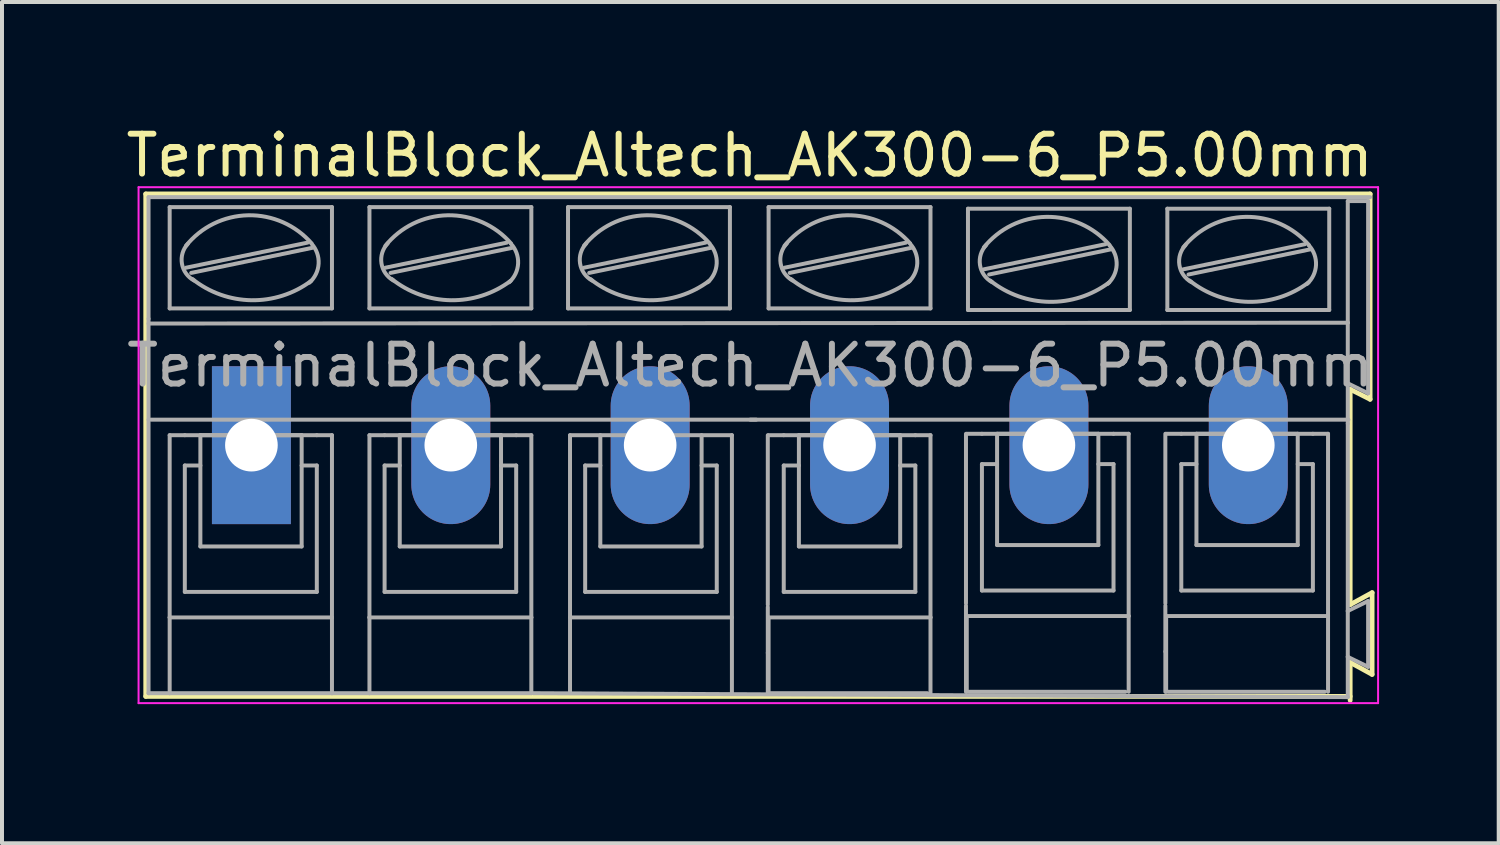
<source format=kicad_pcb>
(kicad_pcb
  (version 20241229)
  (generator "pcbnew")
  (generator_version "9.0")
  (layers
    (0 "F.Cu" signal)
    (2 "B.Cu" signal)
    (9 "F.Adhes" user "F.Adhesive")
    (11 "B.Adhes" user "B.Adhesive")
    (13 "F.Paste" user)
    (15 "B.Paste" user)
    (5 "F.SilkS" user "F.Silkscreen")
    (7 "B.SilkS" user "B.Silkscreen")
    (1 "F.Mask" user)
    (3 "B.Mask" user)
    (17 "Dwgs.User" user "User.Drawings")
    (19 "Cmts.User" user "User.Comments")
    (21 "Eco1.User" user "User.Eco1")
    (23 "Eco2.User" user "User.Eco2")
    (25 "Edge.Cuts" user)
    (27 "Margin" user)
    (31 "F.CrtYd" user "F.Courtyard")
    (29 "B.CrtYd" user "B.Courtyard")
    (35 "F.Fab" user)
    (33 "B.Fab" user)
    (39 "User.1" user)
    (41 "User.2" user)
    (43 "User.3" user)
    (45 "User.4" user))
  (footprint "TerminalBlock_Altech_AK300-6_P5.00mm"
    (layer "F.Cu")
    (at 0.25 14.848)
    (property "Reference" "TerminalBlock_Altech_AK300-6_P5.00mm" (at 15.5 -14 180) (layer "F.SilkS") (effects (font (size 1 1) (thickness 0.15))))
    (attr through_hole)
    (fp_line (start 0.355 -13.034) (end 31.06 -13.034) (stroke (width 0.12) (type solid)) (layer "F.SilkS"))
    (fp_line (start 0.355 -0.434) (end 0.355 -13.034) (stroke (width 0.12) (type solid)) (layer "F.SilkS"))
    (fp_line (start 30.56 -8.135) (end 30.56 -2.735) (stroke (width 0.12) (type solid)) (layer "F.SilkS"))
    (fp_line (start 30.56 -2.735) (end 31.11 -3.035) (stroke (width 0.12) (type solid)) (layer "F.SilkS"))
    (fp_line (start 30.56 -1.285) (end 30.56 -0.335) (stroke (width 0.12) (type solid)) (layer "F.SilkS"))
    (fp_line (start 30.56 -0.434) (end 0.355 -0.434) (stroke (width 0.12) (type solid)) (layer "F.SilkS"))
    (fp_line (start 31.06 -13.034) (end 31.06 -7.885) (stroke (width 0.12) (type solid)) (layer "F.SilkS"))
    (fp_line (start 31.06 -7.885) (end 30.56 -8.135) (stroke (width 0.12) (type solid)) (layer "F.SilkS"))
    (fp_line (start 31.11 -3.035) (end 31.11 -0.985) (stroke (width 0.12) (type solid)) (layer "F.SilkS"))
    (fp_line (start 31.11 -0.985) (end 30.56 -1.285) (stroke (width 0.12) (type solid)) (layer "F.SilkS"))
    (fp_line (start 0.175 -13.204) (end 0.175 -0.264) (stroke (width 0.05) (type solid)) (layer "F.CrtYd"))
    (fp_line (start 0.175 -13.204) (end 31.26 -13.204) (stroke (width 0.05) (type solid)) (layer "F.CrtYd"))
    (fp_line (start 31.26 -0.264) (end 0.175 -0.264) (stroke (width 0.05) (type solid)) (layer "F.CrtYd"))
    (fp_line (start 31.26 -0.264) (end 31.26 -13.204) (stroke (width 0.05) (type solid)) (layer "F.CrtYd"))
    (fp_line (start 0.425 -9.904) (end 0.425 -12.954) (stroke (width 0.1) (type solid)) (layer "F.Fab"))
    (fp_line (start 0.425 -7.374) (end 0.425 -9.904) (stroke (width 0.1) (type solid)) (layer "F.Fab"))
    (fp_line (start 0.425 -0.514) (end 0.425 -7.374) (stroke (width 0.1) (type solid)) (layer "F.Fab"))
    (fp_line (start 0.425 -0.514) (end 0.955 -0.514) (stroke (width 0.1) (type solid)) (layer "F.Fab"))
    (fp_line (start 0.955 -10.164) (end 0.955 -12.704) (stroke (width 0.1) (type solid)) (layer "F.Fab"))
    (fp_line (start 0.955 -6.984) (end 0.955 -2.414) (stroke (width 0.1) (type solid)) (layer "F.Fab"))
    (fp_line (start 0.955 -6.984) (end 1.335 -6.984) (stroke (width 0.1) (type solid)) (layer "F.Fab"))
    (fp_line (start 0.955 -2.414) (end 0.955 -0.514) (stroke (width 0.1) (type solid)) (layer "F.Fab"))
    (fp_line (start 0.955 -0.514) (end 5.025 -0.514) (stroke (width 0.1) (type solid)) (layer "F.Fab"))
    (fp_line (start 1.335 -6.224) (end 1.725 -6.224) (stroke (width 0.1) (type solid)) (layer "F.Fab"))
    (fp_line (start 1.335 -3.054) (end 1.335 -6.224) (stroke (width 0.1) (type solid)) (layer "F.Fab"))
    (fp_line (start 1.365 -11.184) (end 4.415 -11.814) (stroke (width 0.1) (type solid)) (layer "F.Fab"))
    (fp_line (start 1.495 -11.054) (end 4.535 -11.684) (stroke (width 0.1) (type solid)) (layer "F.Fab"))
    (fp_line (start 1.725 -6.984) (end 4.265 -6.984) (stroke (width 0.1) (type solid)) (layer "F.Fab"))
    (fp_line (start 1.725 -4.194) (end 1.725 -6.984) (stroke (width 0.1) (type solid)) (layer "F.Fab"))
    (fp_line (start 1.725 -4.194) (end 4.265 -4.194) (stroke (width 0.1) (type solid)) (layer "F.Fab"))
    (fp_line (start 4.265 -4.194) (end 4.265 -6.984) (stroke (width 0.1) (type solid)) (layer "F.Fab"))
    (fp_line (start 4.645 -6.984) (end 1.335 -6.984) (stroke (width 0.1) (type solid)) (layer "F.Fab"))
    (fp_line (start 4.645 -6.224) (end 4.265 -6.224) (stroke (width 0.1) (type solid)) (layer "F.Fab"))
    (fp_line (start 4.645 -3.054) (end 1.335 -3.054) (stroke (width 0.1) (type solid)) (layer "F.Fab"))
    (fp_line (start 4.645 -3.054) (end 4.645 -6.224) (stroke (width 0.1) (type solid)) (layer "F.Fab"))
    (fp_line (start 5.025 -12.704) (end 0.955 -12.704) (stroke (width 0.1) (type solid)) (layer "F.Fab"))
    (fp_line (start 5.025 -10.164) (end 0.955 -10.164) (stroke (width 0.1) (type solid)) (layer "F.Fab"))
    (fp_line (start 5.025 -10.164) (end 5.025 -12.704) (stroke (width 0.1) (type solid)) (layer "F.Fab"))
    (fp_line (start 5.025 -6.984) (end 4.645 -6.984) (stroke (width 0.1) (type solid)) (layer "F.Fab"))
    (fp_line (start 5.025 -2.414) (end 0.955 -2.414) (stroke (width 0.1) (type solid)) (layer "F.Fab"))
    (fp_line (start 5.025 -2.414) (end 5.025 -6.984) (stroke (width 0.1) (type solid)) (layer "F.Fab"))
    (fp_line (start 5.025 -0.514) (end 5.025 -2.414) (stroke (width 0.1) (type solid)) (layer "F.Fab"))
    (fp_line (start 5.025 -0.514) (end 5.965 -0.514) (stroke (width 0.1) (type solid)) (layer "F.Fab"))
    (fp_line (start 5.965 -12.704) (end 10.025 -12.704) (stroke (width 0.1) (type solid)) (layer "F.Fab"))
    (fp_line (start 5.965 -10.164) (end 5.965 -12.704) (stroke (width 0.1) (type solid)) (layer "F.Fab"))
    (fp_line (start 5.965 -6.984) (end 6.345 -6.984) (stroke (width 0.1) (type solid)) (layer "F.Fab"))
    (fp_line (start 5.965 -2.414) (end 5.965 -6.984) (stroke (width 0.1) (type solid)) (layer "F.Fab"))
    (fp_line (start 5.965 -2.414) (end 10.025 -2.414) (stroke (width 0.1) (type solid)) (layer "F.Fab"))
    (fp_line (start 5.965 -0.514) (end 5.965 -2.414) (stroke (width 0.1) (type solid)) (layer "F.Fab"))
    (fp_line (start 5.965 -0.514) (end 10.025 -0.514) (stroke (width 0.1) (type solid)) (layer "F.Fab"))
    (fp_line (start 6.345 -6.984) (end 9.645 -6.984) (stroke (width 0.1) (type solid)) (layer "F.Fab"))
    (fp_line (start 6.345 -6.224) (end 6.725 -6.224) (stroke (width 0.1) (type solid)) (layer "F.Fab"))
    (fp_line (start 6.345 -3.054) (end 6.345 -6.224) (stroke (width 0.1) (type solid)) (layer "F.Fab"))
    (fp_line (start 6.365 -11.184) (end 9.415 -11.814) (stroke (width 0.1) (type solid)) (layer "F.Fab"))
    (fp_line (start 6.495 -11.054) (end 9.545 -11.684) (stroke (width 0.1) (type solid)) (layer "F.Fab"))
    (fp_line (start 6.725 -6.984) (end 9.265 -6.984) (stroke (width 0.1) (type solid)) (layer "F.Fab"))
    (fp_line (start 6.725 -4.194) (end 6.725 -6.984) (stroke (width 0.1) (type solid)) (layer "F.Fab"))
    (fp_line (start 6.725 -4.194) (end 9.265 -4.194) (stroke (width 0.1) (type solid)) (layer "F.Fab"))
    (fp_line (start 9.265 -4.194) (end 9.265 -6.984) (stroke (width 0.1) (type solid)) (layer "F.Fab"))
    (fp_line (start 9.645 -6.224) (end 9.265 -6.224) (stroke (width 0.1) (type solid)) (layer "F.Fab"))
    (fp_line (start 9.645 -3.054) (end 6.345 -3.054) (stroke (width 0.1) (type solid)) (layer "F.Fab"))
    (fp_line (start 9.645 -3.054) (end 9.645 -6.224) (stroke (width 0.1) (type solid)) (layer "F.Fab"))
    (fp_line (start 10.025 -12.704) (end 10.025 -10.164) (stroke (width 0.1) (type solid)) (layer "F.Fab"))
    (fp_line (start 10.025 -10.164) (end 5.965 -10.164) (stroke (width 0.1) (type solid)) (layer "F.Fab"))
    (fp_line (start 10.025 -6.984) (end 9.645 -6.984) (stroke (width 0.1) (type solid)) (layer "F.Fab"))
    (fp_line (start 10.025 -6.984) (end 10.025 -2.414) (stroke (width 0.1) (type solid)) (layer "F.Fab"))
    (fp_line (start 10.025 -2.414) (end 10.025 -0.514) (stroke (width 0.1) (type solid)) (layer "F.Fab"))
    (fp_line (start 10.945 -12.704) (end 15.005 -12.704) (stroke (width 0.1) (type solid)) (layer "F.Fab"))
    (fp_line (start 10.945 -10.164) (end 10.945 -12.704) (stroke (width 0.1) (type solid)) (layer "F.Fab"))
    (fp_line (start 10.995 -6.984) (end 15.055 -6.984) (stroke (width 0.1) (type solid)) (layer "F.Fab"))
    (fp_line (start 10.995 -2.414) (end 15.055 -2.414) (stroke (width 0.1) (type solid)) (layer "F.Fab"))
    (fp_line (start 10.995 -0.514) (end 10.995 -6.984) (stroke (width 0.1) (type solid)) (layer "F.Fab"))
    (fp_line (start 11.345 -11.184) (end 14.395 -11.814) (stroke (width 0.1) (type solid)) (layer "F.Fab"))
    (fp_line (start 11.375 -6.224) (end 11.375 -3.054) (stroke (width 0.1) (type solid)) (layer "F.Fab"))
    (fp_line (start 11.375 -6.224) (end 11.755 -6.224) (stroke (width 0.1) (type solid)) (layer "F.Fab"))
    (fp_line (start 11.375 -3.054) (end 14.675 -3.054) (stroke (width 0.1) (type solid)) (layer "F.Fab"))
    (fp_line (start 11.475 -11.054) (end 14.525 -11.684) (stroke (width 0.1) (type solid)) (layer "F.Fab"))
    (fp_line (start 11.755 -6.984) (end 11.755 -4.194) (stroke (width 0.1) (type solid)) (layer "F.Fab"))
    (fp_line (start 11.755 -4.194) (end 14.295 -4.194) (stroke (width 0.1) (type solid)) (layer "F.Fab"))
    (fp_line (start 14.295 -4.194) (end 14.295 -6.984) (stroke (width 0.1) (type solid)) (layer "F.Fab"))
    (fp_line (start 14.675 -6.224) (end 14.295 -6.224) (stroke (width 0.1) (type solid)) (layer "F.Fab"))
    (fp_line (start 14.675 -3.054) (end 14.675 -6.224) (stroke (width 0.1) (type solid)) (layer "F.Fab"))
    (fp_line (start 15.005 -12.704) (end 15.005 -10.164) (stroke (width 0.1) (type solid)) (layer "F.Fab"))
    (fp_line (start 15.005 -10.164) (end 10.945 -10.164) (stroke (width 0.1) (type solid)) (layer "F.Fab"))
    (fp_line (start 15.055 -0.514) (end 15.055 -6.984) (stroke (width 0.1) (type solid)) (layer "F.Fab"))
    (fp_line (start 15.515 -7.374) (end 30.515 -7.374) (stroke (width 0.1) (type solid)) (layer "F.Fab"))
    (fp_line (start 15.665 -7.374) (end 0.485 -7.374) (stroke (width 0.1) (type solid)) (layer "F.Fab"))
    (fp_line (start 15.955 -2.734) (end 15.955 -6.984) (stroke (width 0.1) (type solid)) (layer "F.Fab"))
    (fp_line (start 15.955 -2.674) (end 15.955 -1.524) (stroke (width 0.1) (type solid)) (layer "F.Fab"))
    (fp_line (start 15.955 -1.524) (end 15.955 -0.514) (stroke (width 0.1) (type solid)) (layer "F.Fab"))
    (fp_line (start 15.975 -12.704) (end 20.035 -12.704) (stroke (width 0.1) (type solid)) (layer "F.Fab"))
    (fp_line (start 15.975 -10.164) (end 15.975 -12.704) (stroke (width 0.1) (type solid)) (layer "F.Fab"))
    (fp_line (start 15.975 -6.984) (end 16.355 -6.984) (stroke (width 0.1) (type solid)) (layer "F.Fab"))
    (fp_line (start 15.975 -2.414) (end 20.035 -2.414) (stroke (width 0.1) (type solid)) (layer "F.Fab"))
    (fp_line (start 15.975 -0.514) (end 15.975 -2.414) (stroke (width 0.1) (type solid)) (layer "F.Fab"))
    (fp_line (start 16.355 -6.984) (end 19.655 -6.984) (stroke (width 0.1) (type solid)) (layer "F.Fab"))
    (fp_line (start 16.355 -6.224) (end 16.735 -6.224) (stroke (width 0.1) (type solid)) (layer "F.Fab"))
    (fp_line (start 16.355 -3.054) (end 16.355 -6.224) (stroke (width 0.1) (type solid)) (layer "F.Fab"))
    (fp_line (start 16.375 -11.184) (end 19.425 -11.814) (stroke (width 0.1) (type solid)) (layer "F.Fab"))
    (fp_line (start 16.505 -11.054) (end 19.555 -11.684) (stroke (width 0.1) (type solid)) (layer "F.Fab"))
    (fp_line (start 16.735 -6.984) (end 19.275 -6.984) (stroke (width 0.1) (type solid)) (layer "F.Fab"))
    (fp_line (start 16.735 -4.194) (end 16.735 -6.984) (stroke (width 0.1) (type solid)) (layer "F.Fab"))
    (fp_line (start 16.735 -4.194) (end 19.275 -4.194) (stroke (width 0.1) (type solid)) (layer "F.Fab"))
    (fp_line (start 19.275 -4.194) (end 19.275 -6.984) (stroke (width 0.1) (type solid)) (layer "F.Fab"))
    (fp_line (start 19.655 -6.224) (end 19.275 -6.224) (stroke (width 0.1) (type solid)) (layer "F.Fab"))
    (fp_line (start 19.655 -3.054) (end 16.355 -3.054) (stroke (width 0.1) (type solid)) (layer "F.Fab"))
    (fp_line (start 19.655 -3.054) (end 19.655 -6.224) (stroke (width 0.1) (type solid)) (layer "F.Fab"))
    (fp_line (start 19.955 -0.514) (end 16.025 -0.514) (stroke (width 0.1) (type solid)) (layer "F.Fab"))
    (fp_line (start 20.035 -12.704) (end 20.035 -10.164) (stroke (width 0.1) (type solid)) (layer "F.Fab"))
    (fp_line (start 20.035 -10.164) (end 15.975 -10.164) (stroke (width 0.1) (type solid)) (layer "F.Fab"))
    (fp_line (start 20.035 -6.984) (end 19.655 -6.984) (stroke (width 0.1) (type solid)) (layer "F.Fab"))
    (fp_line (start 20.035 -6.984) (end 20.035 -2.414) (stroke (width 0.1) (type solid)) (layer "F.Fab"))
    (fp_line (start 20.035 -2.414) (end 20.035 -0.514) (stroke (width 0.1) (type solid)) (layer "F.Fab"))
    (fp_line (start 20.925 -2.769) (end 20.925 -7.019) (stroke (width 0.1) (type solid)) (layer "F.Fab"))
    (fp_line (start 20.925 -2.709) (end 20.925 -1.559) (stroke (width 0.1) (type solid)) (layer "F.Fab"))
    (fp_line (start 20.925 -1.559) (end 20.925 -0.549) (stroke (width 0.1) (type solid)) (layer "F.Fab"))
    (fp_line (start 20.945 -7.019) (end 21.325 -7.019) (stroke (width 0.1) (type solid)) (layer "F.Fab"))
    (fp_line (start 20.945 -2.449) (end 25.005 -2.449) (stroke (width 0.1) (type solid)) (layer "F.Fab"))
    (fp_line (start 20.945 -0.549) (end 20.945 -2.449) (stroke (width 0.1) (type solid)) (layer "F.Fab"))
    (fp_line (start 20.975 -12.664) (end 25.035 -12.664) (stroke (width 0.1) (type solid)) (layer "F.Fab"))
    (fp_line (start 20.975 -10.124) (end 20.975 -12.664) (stroke (width 0.1) (type solid)) (layer "F.Fab"))
    (fp_line (start 21.325 -7.019) (end 24.625 -7.019) (stroke (width 0.1) (type solid)) (layer "F.Fab"))
    (fp_line (start 21.325 -6.259) (end 21.705 -6.259) (stroke (width 0.1) (type solid)) (layer "F.Fab"))
    (fp_line (start 21.325 -3.089) (end 21.325 -6.259) (stroke (width 0.1) (type solid)) (layer "F.Fab"))
    (fp_line (start 21.375 -11.144) (end 24.425 -11.774) (stroke (width 0.1) (type solid)) (layer "F.Fab"))
    (fp_line (start 21.505 -11.014) (end 24.555 -11.644) (stroke (width 0.1) (type solid)) (layer "F.Fab"))
    (fp_line (start 21.705 -7.019) (end 24.245 -7.019) (stroke (width 0.1) (type solid)) (layer "F.Fab"))
    (fp_line (start 21.705 -4.229) (end 21.705 -7.019) (stroke (width 0.1) (type solid)) (layer "F.Fab"))
    (fp_line (start 21.705 -4.229) (end 24.245 -4.229) (stroke (width 0.1) (type solid)) (layer "F.Fab"))
    (fp_line (start 24.245 -4.229) (end 24.245 -7.019) (stroke (width 0.1) (type solid)) (layer "F.Fab"))
    (fp_line (start 24.625 -6.259) (end 24.245 -6.259) (stroke (width 0.1) (type solid)) (layer "F.Fab"))
    (fp_line (start 24.625 -3.089) (end 21.325 -3.089) (stroke (width 0.1) (type solid)) (layer "F.Fab"))
    (fp_line (start 24.625 -3.089) (end 24.625 -6.259) (stroke (width 0.1) (type solid)) (layer "F.Fab"))
    (fp_line (start 24.925 -0.549) (end 20.995 -0.549) (stroke (width 0.1) (type solid)) (layer "F.Fab"))
    (fp_line (start 25.005 -7.019) (end 24.625 -7.019) (stroke (width 0.1) (type solid)) (layer "F.Fab"))
    (fp_line (start 25.005 -7.019) (end 25.005 -2.449) (stroke (width 0.1) (type solid)) (layer "F.Fab"))
    (fp_line (start 25.005 -2.449) (end 25.005 -0.549) (stroke (width 0.1) (type solid)) (layer "F.Fab"))
    (fp_line (start 25.035 -12.664) (end 25.035 -10.124) (stroke (width 0.1) (type solid)) (layer "F.Fab"))
    (fp_line (start 25.035 -10.124) (end 20.975 -10.124) (stroke (width 0.1) (type solid)) (layer "F.Fab"))
    (fp_line (start 25.925 -2.769) (end 25.925 -7.019) (stroke (width 0.1) (type solid)) (layer "F.Fab"))
    (fp_line (start 25.925 -2.709) (end 25.925 -1.559) (stroke (width 0.1) (type solid)) (layer "F.Fab"))
    (fp_line (start 25.925 -1.559) (end 25.925 -0.549) (stroke (width 0.1) (type solid)) (layer "F.Fab"))
    (fp_line (start 25.945 -7.019) (end 26.325 -7.019) (stroke (width 0.1) (type solid)) (layer "F.Fab"))
    (fp_line (start 25.945 -2.449) (end 30.005 -2.449) (stroke (width 0.1) (type solid)) (layer "F.Fab"))
    (fp_line (start 25.945 -0.549) (end 25.945 -2.449) (stroke (width 0.1) (type solid)) (layer "F.Fab"))
    (fp_line (start 25.975 -12.664) (end 30.035 -12.664) (stroke (width 0.1) (type solid)) (layer "F.Fab"))
    (fp_line (start 25.975 -10.124) (end 25.975 -12.664) (stroke (width 0.1) (type solid)) (layer "F.Fab"))
    (fp_line (start 26.325 -7.019) (end 29.625 -7.019) (stroke (width 0.1) (type solid)) (layer "F.Fab"))
    (fp_line (start 26.325 -6.259) (end 26.705 -6.259) (stroke (width 0.1) (type solid)) (layer "F.Fab"))
    (fp_line (start 26.325 -3.089) (end 26.325 -6.259) (stroke (width 0.1) (type solid)) (layer "F.Fab"))
    (fp_line (start 26.375 -11.144) (end 29.425 -11.774) (stroke (width 0.1) (type solid)) (layer "F.Fab"))
    (fp_line (start 26.505 -11.014) (end 29.555 -11.644) (stroke (width 0.1) (type solid)) (layer "F.Fab"))
    (fp_line (start 26.705 -7.019) (end 29.245 -7.019) (stroke (width 0.1) (type solid)) (layer "F.Fab"))
    (fp_line (start 26.705 -4.229) (end 26.705 -7.019) (stroke (width 0.1) (type solid)) (layer "F.Fab"))
    (fp_line (start 26.705 -4.229) (end 29.245 -4.229) (stroke (width 0.1) (type solid)) (layer "F.Fab"))
    (fp_line (start 29.245 -4.229) (end 29.245 -7.019) (stroke (width 0.1) (type solid)) (layer "F.Fab"))
    (fp_line (start 29.625 -6.259) (end 29.245 -6.259) (stroke (width 0.1) (type solid)) (layer "F.Fab"))
    (fp_line (start 29.625 -3.089) (end 26.325 -3.089) (stroke (width 0.1) (type solid)) (layer "F.Fab"))
    (fp_line (start 29.625 -3.089) (end 29.625 -6.259) (stroke (width 0.1) (type solid)) (layer "F.Fab"))
    (fp_line (start 29.925 -0.549) (end 25.995 -0.549) (stroke (width 0.1) (type solid)) (layer "F.Fab"))
    (fp_line (start 30.005 -7.019) (end 29.625 -7.019) (stroke (width 0.1) (type solid)) (layer "F.Fab"))
    (fp_line (start 30.005 -7.019) (end 30.005 -2.449) (stroke (width 0.1) (type solid)) (layer "F.Fab"))
    (fp_line (start 30.005 -2.449) (end 30.005 -0.549) (stroke (width 0.1) (type solid)) (layer "F.Fab"))
    (fp_line (start 30.035 -12.664) (end 30.035 -10.124) (stroke (width 0.1) (type solid)) (layer "F.Fab"))
    (fp_line (start 30.035 -10.124) (end 25.975 -10.124) (stroke (width 0.1) (type solid)) (layer "F.Fab"))
    (fp_line (start 30.5 -12.855) (end 30.5 -9.805) (stroke (width 0.1) (type solid)) (layer "F.Fab"))
    (fp_line (start 30.5 -12.855) (end 31.01 -12.855) (stroke (width 0.1) (type solid)) (layer "F.Fab"))
    (fp_line (start 30.5 -9.805) (end 0.425 -9.784) (stroke (width 0.1) (type solid)) (layer "F.Fab"))
    (fp_line (start 30.5 -9.805) (end 30.5 -8.285) (stroke (width 0.1) (type solid)) (layer "F.Fab"))
    (fp_line (start 30.5 -8.285) (end 30.5 -7.275) (stroke (width 0.1) (type solid)) (layer "F.Fab"))
    (fp_line (start 30.5 -7.275) (end 30.5 -2.575) (stroke (width 0.1) (type solid)) (layer "F.Fab"))
    (fp_line (start 30.5 -2.575) (end 30.5 -1.425) (stroke (width 0.1) (type solid)) (layer "F.Fab"))
    (fp_line (start 30.5 -1.425) (end 30.5 -0.415) (stroke (width 0.1) (type solid)) (layer "F.Fab"))
    (fp_line (start 30.5 -0.415) (end 10.075 -0.514) (stroke (width 0.1) (type solid)) (layer "F.Fab"))
    (fp_line (start 31.01 -12.855) (end 31.01 -8.035) (stroke (width 0.1) (type solid)) (layer "F.Fab"))
    (fp_line (start 31.01 -8.035) (end 30.5 -8.285) (stroke (width 0.1) (type solid)) (layer "F.Fab"))
    (fp_line (start 31.01 -2.825) (end 30.5 -2.575) (stroke (width 0.1) (type solid)) (layer "F.Fab"))
    (fp_line (start 31.01 -2.825) (end 31.01 -1.175) (stroke (width 0.1) (type solid)) (layer "F.Fab"))
    (fp_line (start 31.01 -1.175) (end 30.5 -1.425) (stroke (width 0.1) (type solid)) (layer "F.Fab"))
    (fp_line (start 31.06 -12.954) (end 0.425 -12.954) (stroke (width 0.1) (type solid)) (layer "F.Fab"))
    (fp_arc (start 1.364826 -11.73433) (mid 2.924563 -12.499197) (end 4.513065 -11.796016) (stroke (width 0.1) (type solid)) (layer "F.Fab"))
    (fp_arc (start 1.564826 -10.86433) (mid 1.262502 -11.285845) (end 1.4094 -11.783335) (stroke (width 0.1) (type solid)) (layer "F.Fab"))
    (fp_arc (start 4.504826 -10.85433) (mid 3.005409 -10.368648) (end 1.522493 -10.902593) (stroke (width 0.1) (type solid)) (layer "F.Fab"))
    (fp_arc (start 4.514826 -11.78433) (mid 4.690559 -11.285982) (end 4.460358 -10.810335) (stroke (width 0.1) (type solid)) (layer "F.Fab"))
    (fp_arc (start 6.364826 -11.73433) (mid 7.924563 -12.499197) (end 9.513065 -11.796016) (stroke (width 0.1) (type solid)) (layer "F.Fab"))
    (fp_arc (start 6.564826 -10.86433) (mid 6.26636 -11.293736) (end 6.421854 -11.793029) (stroke (width 0.1) (type solid)) (layer "F.Fab"))
    (fp_arc (start 9.504826 -10.85433) (mid 8.005409 -10.368648) (end 6.522493 -10.902593) (stroke (width 0.1) (type solid)) (layer "F.Fab"))
    (fp_arc (start 9.514826 -11.78433) (mid 9.693519 -11.293084) (end 9.470445 -10.820335) (stroke (width 0.1) (type solid)) (layer "F.Fab"))
    (fp_arc (start 11.344826 -11.73433) (mid 12.904563 -12.499197) (end 14.493065 -11.796016) (stroke (width 0.1) (type solid)) (layer "F.Fab"))
    (fp_arc (start 11.544826 -10.86433) (mid 11.24636 -11.293736) (end 11.401854 -11.793029) (stroke (width 0.1) (type solid)) (layer "F.Fab"))
    (fp_arc (start 14.484826 -10.85433) (mid 12.985409 -10.368648) (end 11.502493 -10.902593) (stroke (width 0.1) (type solid)) (layer "F.Fab"))
    (fp_arc (start 14.494826 -11.78433) (mid 14.673519 -11.293084) (end 14.450445 -10.820335) (stroke (width 0.1) (type solid)) (layer "F.Fab"))
    (fp_arc (start 16.374826 -11.73433) (mid 17.934563 -12.499197) (end 19.523065 -11.796016) (stroke (width 0.1) (type solid)) (layer "F.Fab"))
    (fp_arc (start 16.574826 -10.86433) (mid 16.27636 -11.293736) (end 16.431854 -11.793029) (stroke (width 0.1) (type solid)) (layer "F.Fab"))
    (fp_arc (start 19.514826 -10.85433) (mid 18.015409 -10.368648) (end 16.532493 -10.902593) (stroke (width 0.1) (type solid)) (layer "F.Fab"))
    (fp_arc (start 19.524826 -11.78433) (mid 19.703519 -11.293084) (end 19.480445 -10.820335) (stroke (width 0.1) (type solid)) (layer "F.Fab"))
    (fp_arc (start 21.374826 -11.69433) (mid 22.934563 -12.459197) (end 24.523065 -11.756016) (stroke (width 0.1) (type solid)) (layer "F.Fab"))
    (fp_arc (start 21.574826 -10.82433) (mid 21.27636 -11.253736) (end 21.431854 -11.753029) (stroke (width 0.1) (type solid)) (layer "F.Fab"))
    (fp_arc (start 24.514826 -10.81433) (mid 23.015409 -10.328648) (end 21.532493 -10.862593) (stroke (width 0.1) (type solid)) (layer "F.Fab"))
    (fp_arc (start 24.524826 -11.74433) (mid 24.703519 -11.253084) (end 24.480445 -10.780335) (stroke (width 0.1) (type solid)) (layer "F.Fab"))
    (fp_arc (start 26.374826 -11.69433) (mid 27.934563 -12.459197) (end 29.523065 -11.756016) (stroke (width 0.1) (type solid)) (layer "F.Fab"))
    (fp_arc (start 26.574826 -10.82433) (mid 26.27636 -11.253736) (end 26.431854 -11.753029) (stroke (width 0.1) (type solid)) (layer "F.Fab"))
    (fp_arc (start 29.514826 -10.81433) (mid 28.015409 -10.328648) (end 26.532493 -10.862593) (stroke (width 0.1) (type solid)) (layer "F.Fab"))
    (fp_arc (start 29.524826 -11.74433) (mid 29.703519 -11.253084) (end 29.480445 -10.780335) (stroke (width 0.1) (type solid)) (layer "F.Fab"))
    (fp_text user "${REFERENCE}" (at 15.515 -8.734 180) (layer "F.Fab") (effects (font (size 1 1) (thickness 0.15))))
    (pad "1" thru_hole rect (at 3.005 -6.734) (size 1.98 3.96) (drill 1.32) (layers "*.Cu" "*.Mask"))
    (pad "2" thru_hole oval (at 8.005 -6.734) (size 1.98 3.96) (drill 1.32) (layers "*.Cu" "*.Mask"))
    (pad "3" thru_hole oval (at 13.005 -6.734) (size 1.98 3.96) (drill 1.32) (layers "*.Cu" "*.Mask"))
    (pad "4" thru_hole oval (at 18.005 -6.734) (size 1.98 3.96) (drill 1.32) (layers "*.Cu" "*.Mask"))
    (pad "5" thru_hole oval (at 23.005 -6.734) (size 1.98 3.96) (drill 1.32) (layers "*.Cu" "*.Mask"))
    (pad "6" thru_hole oval (at 28.005 -6.734) (size 1.98 3.96) (drill 1.32) (layers "*.Cu" "*.Mask")))
  (gr_rect
    (start -3 -3)
    (end 34.535 18.098)
    (stroke (width 0.1) (type default))
    (fill no)
    (layer "Edge.Cuts")))
</source>
